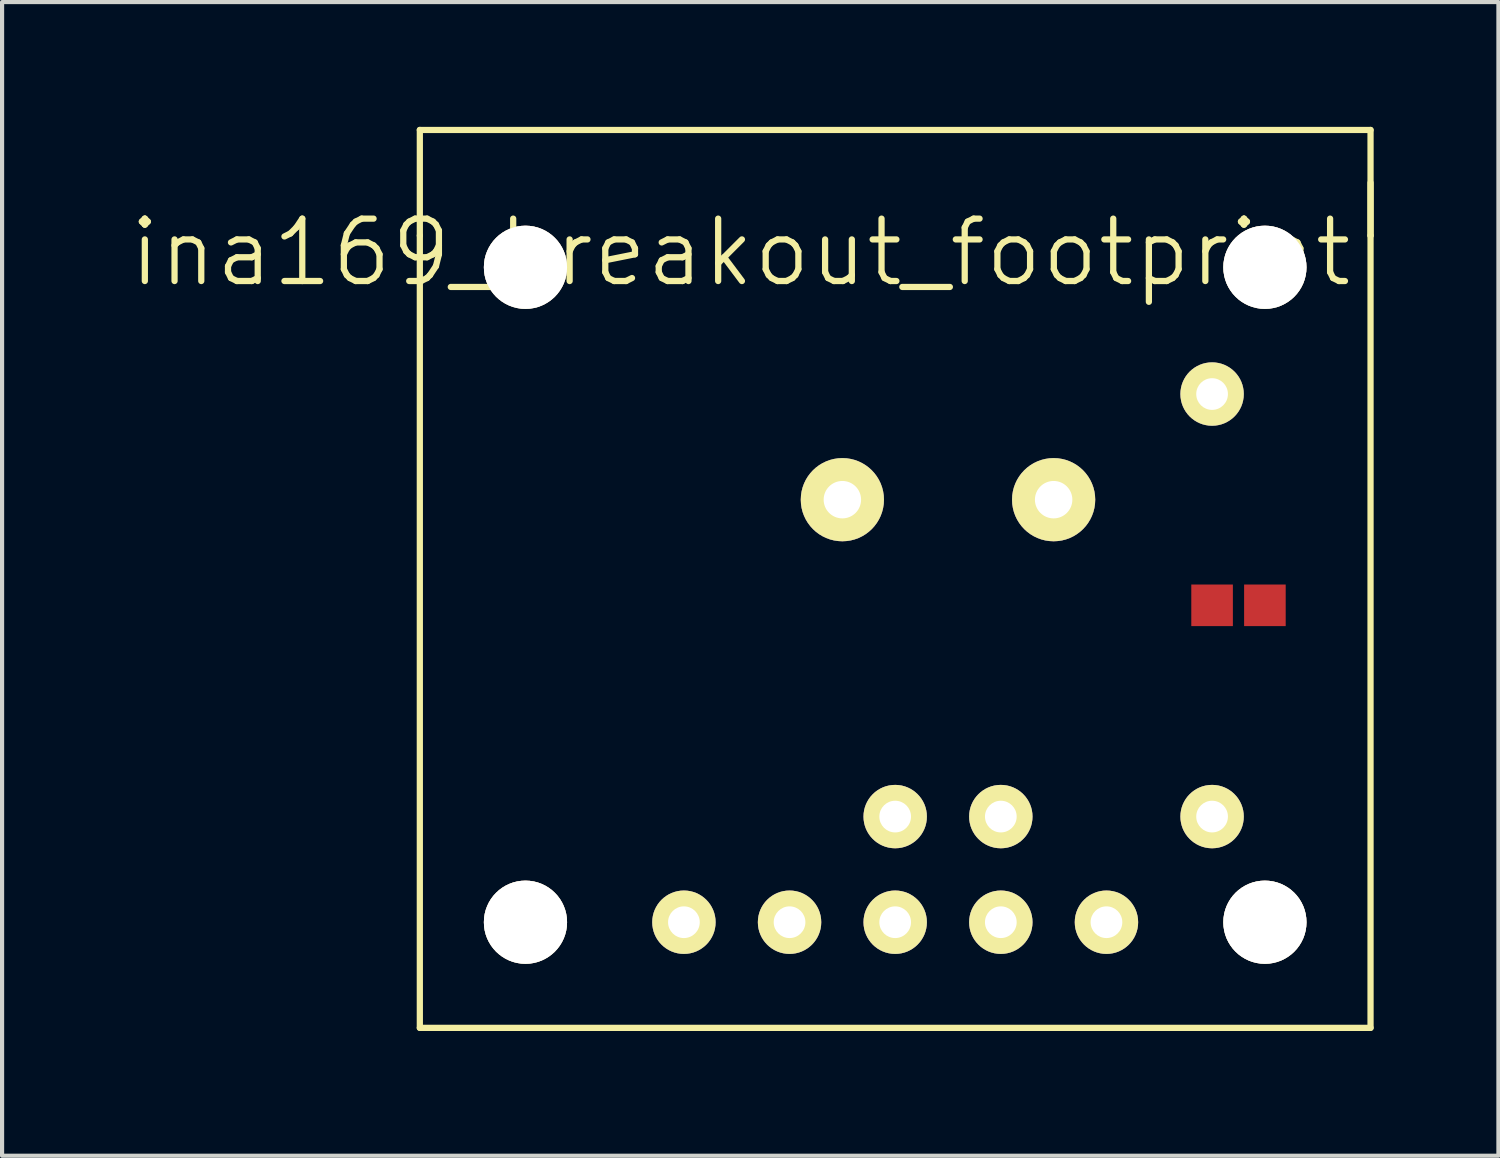
<source format=kicad_pcb>
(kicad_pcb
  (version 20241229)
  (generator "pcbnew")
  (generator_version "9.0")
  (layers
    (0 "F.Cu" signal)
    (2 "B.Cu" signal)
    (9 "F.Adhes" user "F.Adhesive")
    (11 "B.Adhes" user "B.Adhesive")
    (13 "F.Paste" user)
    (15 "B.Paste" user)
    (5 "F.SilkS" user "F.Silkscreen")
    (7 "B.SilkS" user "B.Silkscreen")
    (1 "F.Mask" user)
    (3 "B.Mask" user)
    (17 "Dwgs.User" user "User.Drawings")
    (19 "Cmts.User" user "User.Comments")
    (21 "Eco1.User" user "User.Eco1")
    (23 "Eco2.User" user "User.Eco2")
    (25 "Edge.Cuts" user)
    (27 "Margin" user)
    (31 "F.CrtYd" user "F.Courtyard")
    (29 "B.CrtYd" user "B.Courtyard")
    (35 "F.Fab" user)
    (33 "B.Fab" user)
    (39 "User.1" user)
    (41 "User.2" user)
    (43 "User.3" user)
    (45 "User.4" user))
  (footprint "ina169_breakout_footprint"
    (layer "F.Cu")
    (at 18.475 11.505)
    (property "Reference" "ina169_breakout_footprint" (at -3.721 -8.484 0) (layer "F.SilkS") (effects (font (size 1.5 1.5) (thickness 0.15))))
    (attr through_hole)
    (fp_line (start -11.43 -11.43) (end 11.43 -11.43) (stroke (width 0.15) (type solid)) (layer "F.SilkS"))
    (fp_line (start -11.43 -8.89) (end -11.43 -11.43) (stroke (width 0.15) (type solid)) (layer "F.SilkS"))
    (fp_line (start -11.43 -8.89) (end -11.43 10.16) (stroke (width 0.15) (type solid)) (layer "F.SilkS"))
    (fp_line (start 11.43 -11.43) (end 11.43 -8.89) (stroke (width 0.15) (type solid)) (layer "F.SilkS"))
    (fp_line (start 11.43 -8.89) (end 11.43 -10.16) (stroke (width 0.15) (type solid)) (layer "F.SilkS"))
    (fp_line (start 11.43 10.16) (end -11.43 10.16) (stroke (width 0.15) (type solid)) (layer "F.SilkS"))
    (fp_line (start 11.43 10.16) (end 11.43 -8.89) (stroke (width 0.15) (type solid)) (layer "F.SilkS"))
    (pad "" thru_hole circle (at -8.89 -8.128) (size 2 2) (drill 2) (layers "*.Cu" "*.Mask" "F.SilkS"))
    (pad "" thru_hole circle (at -8.89 7.62) (size 2 2) (drill 2) (layers "*.Cu" "*.Mask" "F.SilkS"))
    (pad "" thru_hole circle (at 8.89 -8.128) (size 2 2) (drill 2) (layers "*.Cu" "*.Mask" "F.SilkS"))
    (pad "" thru_hole circle (at 8.89 7.62) (size 2 2) (drill 2) (layers "*.Cu" "*.Mask" "F.SilkS"))
    (pad "1" thru_hole circle (at -5.08 7.62) (size 1.524 1.524) (drill 0.762) (layers "*.Cu" "*.Mask" "F.SilkS"))
    (pad "2" thru_hole circle (at -2.54 7.62) (size 1.524 1.524) (drill 0.762) (layers "*.Cu" "*.Mask" "F.SilkS"))
    (pad "2" thru_hole circle (at 7.62 -5.08) (size 1.524 1.524) (drill 0.762) (layers "*.Cu" "*.Mask" "F.SilkS"))
    (pad "2" smd rect (at 8.89 0) (size 1 1) (layers "F.Cu" "F.Mask" "F.Paste"))
    (pad "3" thru_hole circle (at -1.27 -2.54) (size 2 2) (drill 0.9) (layers "*.Cu" "*.Mask" "F.SilkS"))
    (pad "3" thru_hole circle (at 0 5.08) (size 1.524 1.524) (drill 0.762) (layers "*.Cu" "*.Mask" "F.SilkS"))
    (pad "3" thru_hole circle (at 0 7.62) (size 1.524 1.524) (drill 0.762) (layers "*.Cu" "*.Mask" "F.SilkS"))
    (pad "4" thru_hole circle (at 2.54 5.08) (size 1.524 1.524) (drill 0.762) (layers "*.Cu" "*.Mask" "F.SilkS"))
    (pad "4" thru_hole circle (at 2.54 7.62) (size 1.524 1.524) (drill 0.762) (layers "*.Cu" "*.Mask" "F.SilkS"))
    (pad "4" thru_hole circle (at 3.81 -2.54) (size 2 2) (drill 0.9) (layers "*.Cu" "*.Mask" "F.SilkS"))
    (pad "5" thru_hole circle (at 5.08 7.62) (size 1.524 1.524) (drill 0.762) (layers "*.Cu" "*.Mask" "F.SilkS"))
    (pad "5" thru_hole circle (at 7.62 5.08) (size 1.524 1.524) (drill 0.762) (layers "*.Cu" "*.Mask" "F.SilkS"))
    (pad "6" smd rect (at 7.62 0) (size 1 1) (layers "F.Cu" "F.Mask" "F.Paste")))
  (gr_rect
    (start -3 -3)
    (end 32.98 24.74)
    (stroke (width 0.1) (type default))
    (fill no)
    (layer "Edge.Cuts")))
</source>
